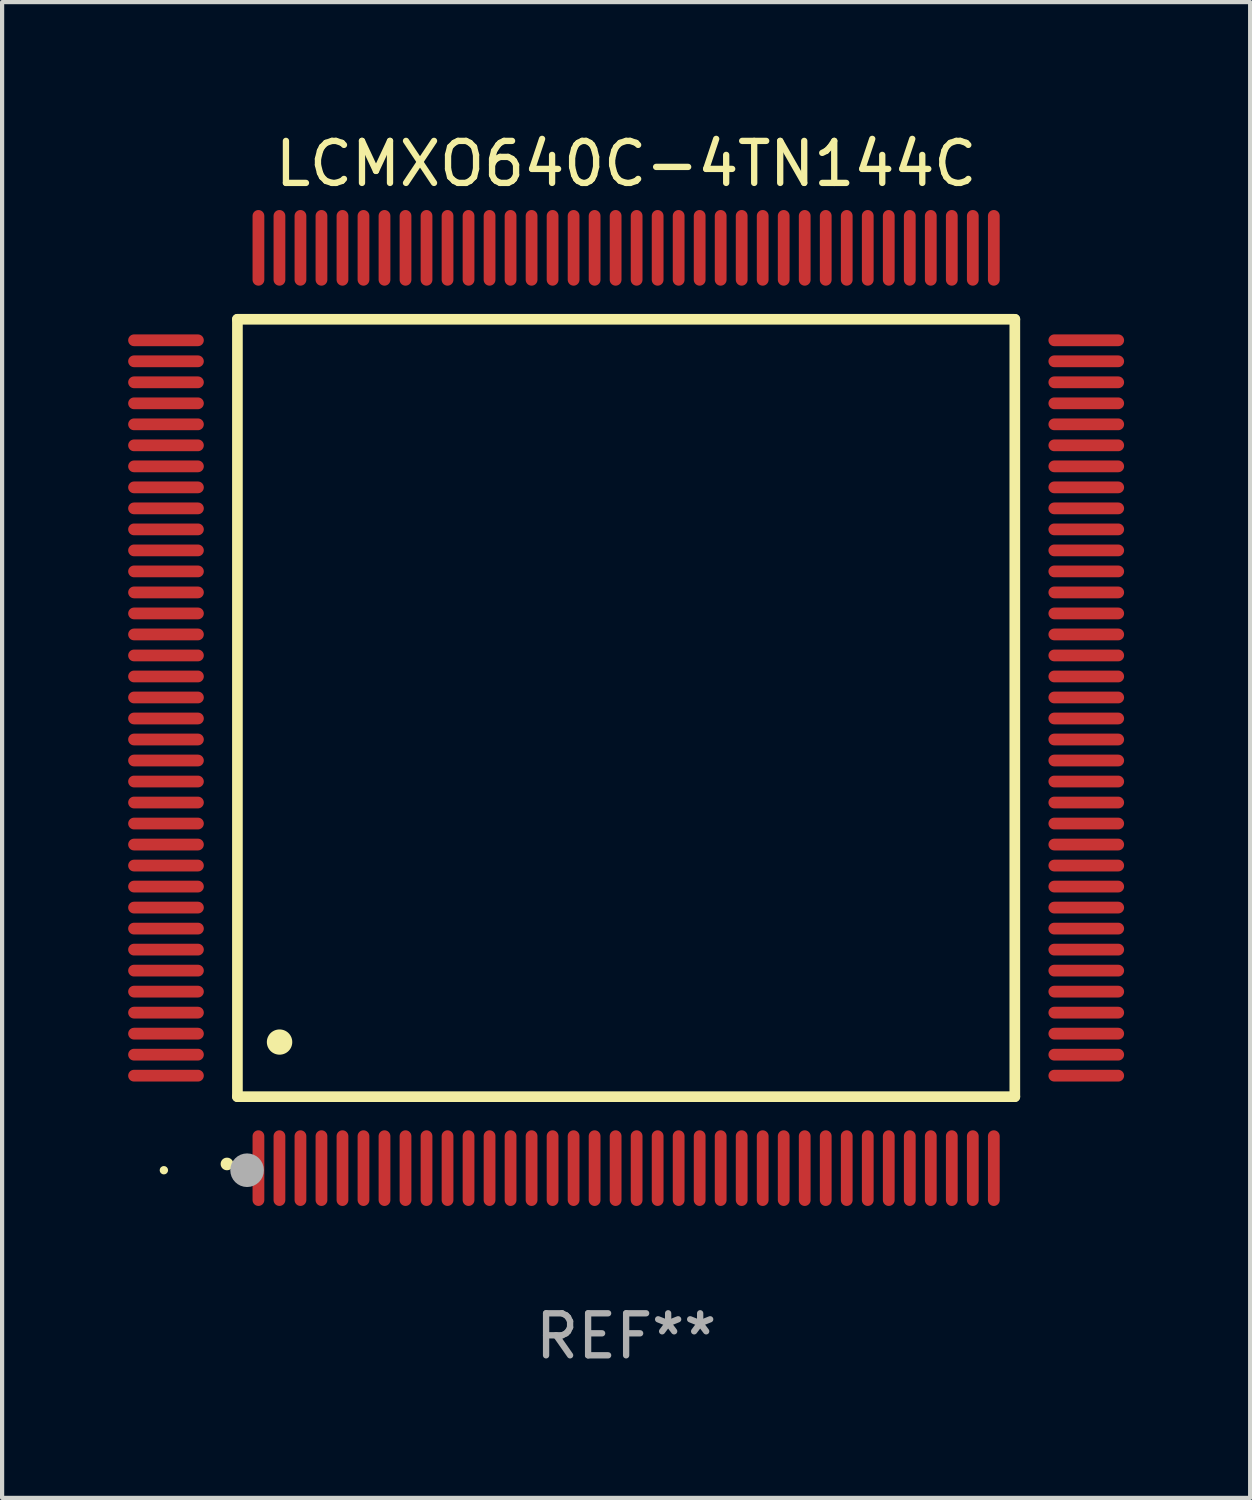
<source format=kicad_pcb>
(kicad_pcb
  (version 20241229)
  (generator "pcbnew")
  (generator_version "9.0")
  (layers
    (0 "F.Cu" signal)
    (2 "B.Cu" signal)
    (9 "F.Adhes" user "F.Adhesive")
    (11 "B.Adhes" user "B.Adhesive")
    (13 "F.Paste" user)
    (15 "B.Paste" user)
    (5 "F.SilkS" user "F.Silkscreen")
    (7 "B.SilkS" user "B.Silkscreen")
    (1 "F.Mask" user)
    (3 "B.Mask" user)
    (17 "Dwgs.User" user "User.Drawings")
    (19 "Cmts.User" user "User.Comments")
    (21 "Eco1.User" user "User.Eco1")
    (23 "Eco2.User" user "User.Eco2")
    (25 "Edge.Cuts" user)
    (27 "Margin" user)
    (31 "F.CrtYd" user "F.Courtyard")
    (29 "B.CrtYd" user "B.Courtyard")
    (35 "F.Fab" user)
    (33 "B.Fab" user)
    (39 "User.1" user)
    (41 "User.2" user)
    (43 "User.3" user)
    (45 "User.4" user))
  (footprint "LCMXO640C-4TN144C"
    (layer "F.Cu")
    (at 11.85 13.798)
    (property "Reference" "LCMXO640C-4TN144C" (at 0 -12.95 0) (layer "F.SilkS") (effects (font (size 1 1) (thickness 0.15))))
    (attr through_hole)
    (fp_line (start -9.25 -9.25) (end -9.25 9.25) (stroke (width 0.254) (type solid)) (layer "F.SilkS"))
    (fp_line (start -9.25 9.25) (end 9.25 9.25) (stroke (width 0.254) (type solid)) (layer "F.SilkS"))
    (fp_line (start 9.25 -9.25) (end -9.25 -9.25) (stroke (width 0.254) (type solid)) (layer "F.SilkS"))
    (fp_line (start 9.25 9.25) (end 9.25 -9.25) (stroke (width 0.254) (type solid)) (layer "F.SilkS"))
    (fp_arc (start -9.499619 10.850902) (mid -9.498349 10.850897) (end -9.497079 10.850902) (stroke (width 0.3) (type solid)) (layer "F.SilkS"))
    (fp_arc (start -8.249936 7.950216) (mid -8.247396 7.950205) (end -8.244856 7.950216) (stroke (width 0.6) (type solid)) (layer "F.SilkS"))
    (fp_circle (center -11 11) (end -10.95 11) (stroke (width 0.1) (type solid)) (fill no) (layer "F.SilkS"))
    (fp_circle (center -9.02 11) (end -8.82 11) (stroke (width 0.4) (type solid)) (fill no) (layer "F.Fab"))
    (fp_text user "REF**" (at 0 14.95 0) (layer "F.Fab") (effects (font (size 1 1) (thickness 0.15))))
    (pad "1" smd oval (at -8.75 10.95) (size 0.28 1.8) (layers "F.Cu" "F.Mask" "F.Paste"))
    (pad "2" smd oval (at -8.25 10.95) (size 0.28 1.8) (layers "F.Cu" "F.Mask" "F.Paste"))
    (pad "3" smd oval (at -7.75 10.95) (size 0.28 1.8) (layers "F.Cu" "F.Mask" "F.Paste"))
    (pad "4" smd oval (at -7.25 10.95) (size 0.28 1.8) (layers "F.Cu" "F.Mask" "F.Paste"))
    (pad "5" smd oval (at -6.75 10.95) (size 0.28 1.8) (layers "F.Cu" "F.Mask" "F.Paste"))
    (pad "6" smd oval (at -6.25 10.95) (size 0.28 1.8) (layers "F.Cu" "F.Mask" "F.Paste"))
    (pad "7" smd oval (at -5.75 10.95) (size 0.28 1.8) (layers "F.Cu" "F.Mask" "F.Paste"))
    (pad "8" smd oval (at -5.25 10.95) (size 0.28 1.8) (layers "F.Cu" "F.Mask" "F.Paste"))
    (pad "9" smd oval (at -4.75 10.95) (size 0.28 1.8) (layers "F.Cu" "F.Mask" "F.Paste"))
    (pad "10" smd oval (at -4.25 10.95) (size 0.28 1.8) (layers "F.Cu" "F.Mask" "F.Paste"))
    (pad "11" smd oval (at -3.75 10.95) (size 0.28 1.8) (layers "F.Cu" "F.Mask" "F.Paste"))
    (pad "12" smd oval (at -3.25 10.95) (size 0.28 1.8) (layers "F.Cu" "F.Mask" "F.Paste"))
    (pad "13" smd oval (at -2.75 10.95) (size 0.28 1.8) (layers "F.Cu" "F.Mask" "F.Paste"))
    (pad "14" smd oval (at -2.25 10.95) (size 0.28 1.8) (layers "F.Cu" "F.Mask" "F.Paste"))
    (pad "15" smd oval (at -1.75 10.95) (size 0.28 1.8) (layers "F.Cu" "F.Mask" "F.Paste"))
    (pad "16" smd oval (at -1.25 10.95) (size 0.28 1.8) (layers "F.Cu" "F.Mask" "F.Paste"))
    (pad "17" smd oval (at -0.75 10.95) (size 0.28 1.8) (layers "F.Cu" "F.Mask" "F.Paste"))
    (pad "18" smd oval (at -0.25 10.95) (size 0.28 1.8) (layers "F.Cu" "F.Mask" "F.Paste"))
    (pad "19" smd oval (at 0.25 10.95) (size 0.28 1.8) (layers "F.Cu" "F.Mask" "F.Paste"))
    (pad "20" smd oval (at 0.75 10.95) (size 0.28 1.8) (layers "F.Cu" "F.Mask" "F.Paste"))
    (pad "21" smd oval (at 1.25 10.95) (size 0.28 1.8) (layers "F.Cu" "F.Mask" "F.Paste"))
    (pad "22" smd oval (at 1.75 10.95) (size 0.28 1.8) (layers "F.Cu" "F.Mask" "F.Paste"))
    (pad "23" smd oval (at 2.25 10.95) (size 0.28 1.8) (layers "F.Cu" "F.Mask" "F.Paste"))
    (pad "24" smd oval (at 2.75 10.95) (size 0.28 1.8) (layers "F.Cu" "F.Mask" "F.Paste"))
    (pad "25" smd oval (at 3.25 10.95) (size 0.28 1.8) (layers "F.Cu" "F.Mask" "F.Paste"))
    (pad "26" smd oval (at 3.75 10.95) (size 0.28 1.8) (layers "F.Cu" "F.Mask" "F.Paste"))
    (pad "27" smd oval (at 4.25 10.95) (size 0.28 1.8) (layers "F.Cu" "F.Mask" "F.Paste"))
    (pad "28" smd oval (at 4.75 10.95) (size 0.28 1.8) (layers "F.Cu" "F.Mask" "F.Paste"))
    (pad "29" smd oval (at 5.25 10.95) (size 0.28 1.8) (layers "F.Cu" "F.Mask" "F.Paste"))
    (pad "30" smd oval (at 5.75 10.95) (size 0.28 1.8) (layers "F.Cu" "F.Mask" "F.Paste"))
    (pad "31" smd oval (at 6.25 10.95) (size 0.28 1.8) (layers "F.Cu" "F.Mask" "F.Paste"))
    (pad "32" smd oval (at 6.75 10.95) (size 0.28 1.8) (layers "F.Cu" "F.Mask" "F.Paste"))
    (pad "33" smd oval (at 7.25 10.95) (size 0.28 1.8) (layers "F.Cu" "F.Mask" "F.Paste"))
    (pad "34" smd oval (at 7.75 10.95) (size 0.28 1.8) (layers "F.Cu" "F.Mask" "F.Paste"))
    (pad "35" smd oval (at 8.25 10.95) (size 0.28 1.8) (layers "F.Cu" "F.Mask" "F.Paste"))
    (pad "36" smd oval (at 8.75 10.95) (size 0.28 1.8) (layers "F.Cu" "F.Mask" "F.Paste"))
    (pad "37" smd oval (at 10.95 8.75) (size 1.8 0.28) (layers "F.Cu" "F.Mask" "F.Paste"))
    (pad "38" smd oval (at 10.95 8.25) (size 1.8 0.28) (layers "F.Cu" "F.Mask" "F.Paste"))
    (pad "39" smd oval (at 10.95 7.75) (size 1.8 0.28) (layers "F.Cu" "F.Mask" "F.Paste"))
    (pad "40" smd oval (at 10.95 7.25) (size 1.8 0.28) (layers "F.Cu" "F.Mask" "F.Paste"))
    (pad "41" smd oval (at 10.95 6.75) (size 1.8 0.28) (layers "F.Cu" "F.Mask" "F.Paste"))
    (pad "42" smd oval (at 10.95 6.25) (size 1.8 0.28) (layers "F.Cu" "F.Mask" "F.Paste"))
    (pad "43" smd oval (at 10.95 5.75) (size 1.8 0.28) (layers "F.Cu" "F.Mask" "F.Paste"))
    (pad "44" smd oval (at 10.95 5.25) (size 1.8 0.28) (layers "F.Cu" "F.Mask" "F.Paste"))
    (pad "45" smd oval (at 10.95 4.75) (size 1.8 0.28) (layers "F.Cu" "F.Mask" "F.Paste"))
    (pad "46" smd oval (at 10.95 4.25) (size 1.8 0.28) (layers "F.Cu" "F.Mask" "F.Paste"))
    (pad "47" smd oval (at 10.95 3.75) (size 1.8 0.28) (layers "F.Cu" "F.Mask" "F.Paste"))
    (pad "48" smd oval (at 10.95 3.25) (size 1.8 0.28) (layers "F.Cu" "F.Mask" "F.Paste"))
    (pad "49" smd oval (at 10.95 2.75) (size 1.8 0.28) (layers "F.Cu" "F.Mask" "F.Paste"))
    (pad "50" smd oval (at 10.95 2.25) (size 1.8 0.28) (layers "F.Cu" "F.Mask" "F.Paste"))
    (pad "51" smd oval (at 10.95 1.75) (size 1.8 0.28) (layers "F.Cu" "F.Mask" "F.Paste"))
    (pad "52" smd oval (at 10.95 1.25) (size 1.8 0.28) (layers "F.Cu" "F.Mask" "F.Paste"))
    (pad "53" smd oval (at 10.95 0.75) (size 1.8 0.28) (layers "F.Cu" "F.Mask" "F.Paste"))
    (pad "54" smd oval (at 10.95 0.25) (size 1.8 0.28) (layers "F.Cu" "F.Mask" "F.Paste"))
    (pad "55" smd oval (at 10.95 -0.25) (size 1.8 0.28) (layers "F.Cu" "F.Mask" "F.Paste"))
    (pad "56" smd oval (at 10.95 -0.75) (size 1.8 0.28) (layers "F.Cu" "F.Mask" "F.Paste"))
    (pad "57" smd oval (at 10.95 -1.25) (size 1.8 0.28) (layers "F.Cu" "F.Mask" "F.Paste"))
    (pad "58" smd oval (at 10.95 -1.75) (size 1.8 0.28) (layers "F.Cu" "F.Mask" "F.Paste"))
    (pad "59" smd oval (at 10.95 -2.25) (size 1.8 0.28) (layers "F.Cu" "F.Mask" "F.Paste"))
    (pad "60" smd oval (at 10.95 -2.75) (size 1.8 0.28) (layers "F.Cu" "F.Mask" "F.Paste"))
    (pad "61" smd oval (at 10.95 -3.25) (size 1.8 0.28) (layers "F.Cu" "F.Mask" "F.Paste"))
    (pad "62" smd oval (at 10.95 -3.75) (size 1.8 0.28) (layers "F.Cu" "F.Mask" "F.Paste"))
    (pad "63" smd oval (at 10.95 -4.25) (size 1.8 0.28) (layers "F.Cu" "F.Mask" "F.Paste"))
    (pad "64" smd oval (at 10.95 -4.75) (size 1.8 0.28) (layers "F.Cu" "F.Mask" "F.Paste"))
    (pad "65" smd oval (at 10.95 -5.25) (size 1.8 0.28) (layers "F.Cu" "F.Mask" "F.Paste"))
    (pad "66" smd oval (at 10.95 -5.75) (size 1.8 0.28) (layers "F.Cu" "F.Mask" "F.Paste"))
    (pad "67" smd oval (at 10.95 -6.25) (size 1.8 0.28) (layers "F.Cu" "F.Mask" "F.Paste"))
    (pad "68" smd oval (at 10.95 -6.75) (size 1.8 0.28) (layers "F.Cu" "F.Mask" "F.Paste"))
    (pad "69" smd oval (at 10.95 -7.25) (size 1.8 0.28) (layers "F.Cu" "F.Mask" "F.Paste"))
    (pad "70" smd oval (at 10.95 -7.75) (size 1.8 0.28) (layers "F.Cu" "F.Mask" "F.Paste"))
    (pad "71" smd oval (at 10.95 -8.25) (size 1.8 0.28) (layers "F.Cu" "F.Mask" "F.Paste"))
    (pad "72" smd oval (at 10.95 -8.75) (size 1.8 0.28) (layers "F.Cu" "F.Mask" "F.Paste"))
    (pad "73" smd oval (at 8.75 -10.95) (size 0.28 1.8) (layers "F.Cu" "F.Mask" "F.Paste"))
    (pad "74" smd oval (at 8.25 -10.95) (size 0.28 1.8) (layers "F.Cu" "F.Mask" "F.Paste"))
    (pad "75" smd oval (at 7.75 -10.95) (size 0.28 1.8) (layers "F.Cu" "F.Mask" "F.Paste"))
    (pad "76" smd oval (at 7.25 -10.95) (size 0.28 1.8) (layers "F.Cu" "F.Mask" "F.Paste"))
    (pad "77" smd oval (at 6.75 -10.95) (size 0.28 1.8) (layers "F.Cu" "F.Mask" "F.Paste"))
    (pad "78" smd oval (at 6.25 -10.95) (size 0.28 1.8) (layers "F.Cu" "F.Mask" "F.Paste"))
    (pad "79" smd oval (at 5.75 -10.95) (size 0.28 1.8) (layers "F.Cu" "F.Mask" "F.Paste"))
    (pad "80" smd oval (at 5.25 -10.95) (size 0.28 1.8) (layers "F.Cu" "F.Mask" "F.Paste"))
    (pad "81" smd oval (at 4.75 -10.95) (size 0.28 1.8) (layers "F.Cu" "F.Mask" "F.Paste"))
    (pad "82" smd oval (at 4.25 -10.95) (size 0.28 1.8) (layers "F.Cu" "F.Mask" "F.Paste"))
    (pad "83" smd oval (at 3.75 -10.95) (size 0.28 1.8) (layers "F.Cu" "F.Mask" "F.Paste"))
    (pad "84" smd oval (at 3.25 -10.95) (size 0.28 1.8) (layers "F.Cu" "F.Mask" "F.Paste"))
    (pad "85" smd oval (at 2.75 -10.95) (size 0.28 1.8) (layers "F.Cu" "F.Mask" "F.Paste"))
    (pad "86" smd oval (at 2.25 -10.95) (size 0.28 1.8) (layers "F.Cu" "F.Mask" "F.Paste"))
    (pad "87" smd oval (at 1.75 -10.95) (size 0.28 1.8) (layers "F.Cu" "F.Mask" "F.Paste"))
    (pad "88" smd oval (at 1.25 -10.95) (size 0.28 1.8) (layers "F.Cu" "F.Mask" "F.Paste"))
    (pad "89" smd oval (at 0.75 -10.95) (size 0.28 1.8) (layers "F.Cu" "F.Mask" "F.Paste"))
    (pad "90" smd oval (at 0.25 -10.95) (size 0.28 1.8) (layers "F.Cu" "F.Mask" "F.Paste"))
    (pad "91" smd oval (at -0.25 -10.95) (size 0.28 1.8) (layers "F.Cu" "F.Mask" "F.Paste"))
    (pad "92" smd oval (at -0.75 -10.95) (size 0.28 1.8) (layers "F.Cu" "F.Mask" "F.Paste"))
    (pad "93" smd oval (at -1.25 -10.95) (size 0.28 1.8) (layers "F.Cu" "F.Mask" "F.Paste"))
    (pad "94" smd oval (at -1.75 -10.95) (size 0.28 1.8) (layers "F.Cu" "F.Mask" "F.Paste"))
    (pad "95" smd oval (at -2.25 -10.95) (size 0.28 1.8) (layers "F.Cu" "F.Mask" "F.Paste"))
    (pad "96" smd oval (at -2.75 -10.95) (size 0.28 1.8) (layers "F.Cu" "F.Mask" "F.Paste"))
    (pad "97" smd oval (at -3.25 -10.95) (size 0.28 1.8) (layers "F.Cu" "F.Mask" "F.Paste"))
    (pad "98" smd oval (at -3.75 -10.95) (size 0.28 1.8) (layers "F.Cu" "F.Mask" "F.Paste"))
    (pad "99" smd oval (at -4.25 -10.95) (size 0.28 1.8) (layers "F.Cu" "F.Mask" "F.Paste"))
    (pad "100" smd oval (at -4.75 -10.95) (size 0.28 1.8) (layers "F.Cu" "F.Mask" "F.Paste"))
    (pad "101" smd oval (at -5.25 -10.95) (size 0.28 1.8) (layers "F.Cu" "F.Mask" "F.Paste"))
    (pad "102" smd oval (at -5.75 -10.95) (size 0.28 1.8) (layers "F.Cu" "F.Mask" "F.Paste"))
    (pad "103" smd oval (at -6.25 -10.95) (size 0.28 1.8) (layers "F.Cu" "F.Mask" "F.Paste"))
    (pad "104" smd oval (at -6.75 -10.95) (size 0.28 1.8) (layers "F.Cu" "F.Mask" "F.Paste"))
    (pad "105" smd oval (at -7.25 -10.95) (size 0.28 1.8) (layers "F.Cu" "F.Mask" "F.Paste"))
    (pad "106" smd oval (at -7.75 -10.95) (size 0.28 1.8) (layers "F.Cu" "F.Mask" "F.Paste"))
    (pad "107" smd oval (at -8.25 -10.95) (size 0.28 1.8) (layers "F.Cu" "F.Mask" "F.Paste"))
    (pad "108" smd oval (at -8.75 -10.95) (size 0.28 1.8) (layers "F.Cu" "F.Mask" "F.Paste"))
    (pad "109" smd oval (at -10.95 -8.75) (size 1.8 0.28) (layers "F.Cu" "F.Mask" "F.Paste"))
    (pad "110" smd oval (at -10.95 -8.25) (size 1.8 0.28) (layers "F.Cu" "F.Mask" "F.Paste"))
    (pad "111" smd oval (at -10.95 -7.75) (size 1.8 0.28) (layers "F.Cu" "F.Mask" "F.Paste"))
    (pad "112" smd oval (at -10.95 -7.25) (size 1.8 0.28) (layers "F.Cu" "F.Mask" "F.Paste"))
    (pad "113" smd oval (at -10.95 -6.75) (size 1.8 0.28) (layers "F.Cu" "F.Mask" "F.Paste"))
    (pad "114" smd oval (at -10.95 -6.25) (size 1.8 0.28) (layers "F.Cu" "F.Mask" "F.Paste"))
    (pad "115" smd oval (at -10.95 -5.75) (size 1.8 0.28) (layers "F.Cu" "F.Mask" "F.Paste"))
    (pad "116" smd oval (at -10.95 -5.25) (size 1.8 0.28) (layers "F.Cu" "F.Mask" "F.Paste"))
    (pad "117" smd oval (at -10.95 -4.75) (size 1.8 0.28) (layers "F.Cu" "F.Mask" "F.Paste"))
    (pad "118" smd oval (at -10.95 -4.25) (size 1.8 0.28) (layers "F.Cu" "F.Mask" "F.Paste"))
    (pad "119" smd oval (at -10.95 -3.75) (size 1.8 0.28) (layers "F.Cu" "F.Mask" "F.Paste"))
    (pad "120" smd oval (at -10.95 -3.25) (size 1.8 0.28) (layers "F.Cu" "F.Mask" "F.Paste"))
    (pad "121" smd oval (at -10.95 -2.75) (size 1.8 0.28) (layers "F.Cu" "F.Mask" "F.Paste"))
    (pad "122" smd oval (at -10.95 -2.25) (size 1.8 0.28) (layers "F.Cu" "F.Mask" "F.Paste"))
    (pad "123" smd oval (at -10.95 -1.75) (size 1.8 0.28) (layers "F.Cu" "F.Mask" "F.Paste"))
    (pad "124" smd oval (at -10.95 -1.25) (size 1.8 0.28) (layers "F.Cu" "F.Mask" "F.Paste"))
    (pad "125" smd oval (at -10.95 -0.75) (size 1.8 0.28) (layers "F.Cu" "F.Mask" "F.Paste"))
    (pad "126" smd oval (at -10.95 -0.25) (size 1.8 0.28) (layers "F.Cu" "F.Mask" "F.Paste"))
    (pad "127" smd oval (at -10.95 0.25) (size 1.8 0.28) (layers "F.Cu" "F.Mask" "F.Paste"))
    (pad "128" smd oval (at -10.95 0.75) (size 1.8 0.28) (layers "F.Cu" "F.Mask" "F.Paste"))
    (pad "129" smd oval (at -10.95 1.25) (size 1.8 0.28) (layers "F.Cu" "F.Mask" "F.Paste"))
    (pad "130" smd oval (at -10.95 1.75) (size 1.8 0.28) (layers "F.Cu" "F.Mask" "F.Paste"))
    (pad "131" smd oval (at -10.95 2.25) (size 1.8 0.28) (layers "F.Cu" "F.Mask" "F.Paste"))
    (pad "132" smd oval (at -10.95 2.75) (size 1.8 0.28) (layers "F.Cu" "F.Mask" "F.Paste"))
    (pad "133" smd oval (at -10.95 3.25) (size 1.8 0.28) (layers "F.Cu" "F.Mask" "F.Paste"))
    (pad "134" smd oval (at -10.95 3.75) (size 1.8 0.28) (layers "F.Cu" "F.Mask" "F.Paste"))
    (pad "135" smd oval (at -10.95 4.25) (size 1.8 0.28) (layers "F.Cu" "F.Mask" "F.Paste"))
    (pad "136" smd oval (at -10.95 4.75) (size 1.8 0.28) (layers "F.Cu" "F.Mask" "F.Paste"))
    (pad "137" smd oval (at -10.95 5.25) (size 1.8 0.28) (layers "F.Cu" "F.Mask" "F.Paste"))
    (pad "138" smd oval (at -10.95 5.75) (size 1.8 0.28) (layers "F.Cu" "F.Mask" "F.Paste"))
    (pad "139" smd oval (at -10.95 6.25) (size 1.8 0.28) (layers "F.Cu" "F.Mask" "F.Paste"))
    (pad "140" smd oval (at -10.95 6.75) (size 1.8 0.28) (layers "F.Cu" "F.Mask" "F.Paste"))
    (pad "141" smd oval (at -10.95 7.25) (size 1.8 0.28) (layers "F.Cu" "F.Mask" "F.Paste"))
    (pad "142" smd oval (at -10.95 7.75) (size 1.8 0.28) (layers "F.Cu" "F.Mask" "F.Paste"))
    (pad "143" smd oval (at -10.95 8.25) (size 1.8 0.28) (layers "F.Cu" "F.Mask" "F.Paste"))
    (pad "144" smd oval (at -10.95 8.75) (size 1.8 0.28) (layers "F.Cu" "F.Mask" "F.Paste")))
  (gr_rect
    (start -3 -3)
    (end 26.7 32.596)
    (stroke (width 0.1) (type default))
    (fill no)
    (layer "Edge.Cuts")))
</source>
